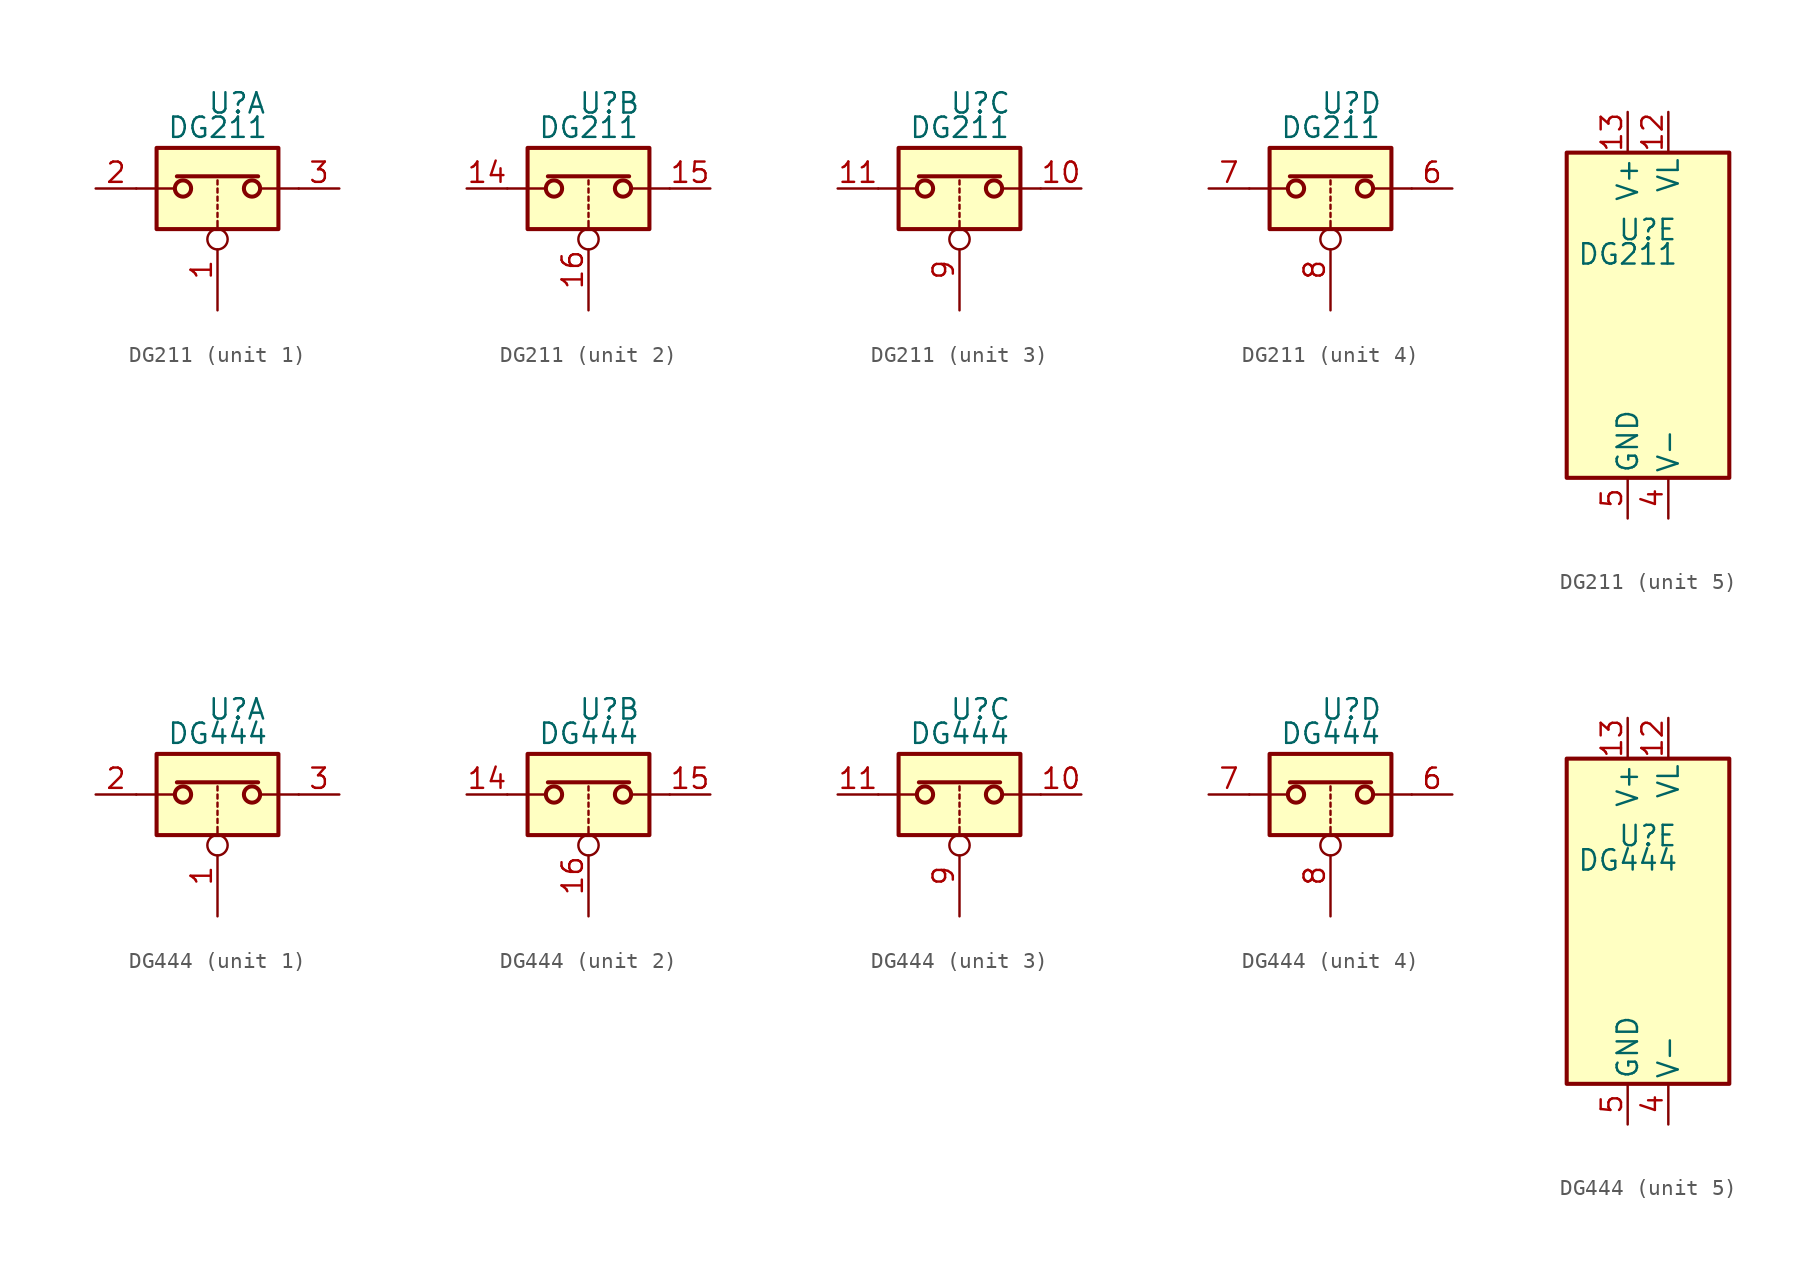
<source format=kicad_sym>
(kicad_symbol_lib
  (version 20211014)
  (generator kicad_symbol_editor)
  (symbol "DG211"
    (pin_names
      (offset 0.254))
    (property "Reference" "U"
      (at -0.635 5.334 0)
      (effects (font (size 1.27 1.27)) (justify left)))
    (property "Value" "DG211"
      (at -3.175 3.81 0)
      (effects (font (size 1.27 1.27)) (justify left)))
    (symbol "DG211_1_1"
      (rectangle (start -3.81 2.54) (end 3.81 -2.54) (stroke (width 0.254) (type default) (color 0 0 0 0)) (fill (type background)))
      (circle (center -2.159 0) (radius 0.508) (stroke (width 0.254) (type default) (color 0 0 0 0)) (fill (type none)))
      (polyline (pts (xy -5.08 0) (xy -2.794 0)) (stroke (width 0) (type default) (color 0 0 0 0)) (fill (type none)))
      (polyline (pts (xy -2.54 0.762) (xy 2.54 0.762)) (stroke (width 0.254) (type default) (color 0 0 0 0)) (fill (type none)))
      (polyline (pts (xy 0 -2.54) (xy 0 -2.032)) (stroke (width 0) (type default) (color 0 0 0 0)) (fill (type none)))
      (polyline (pts (xy 0 -1.778) (xy 0 -1.524)) (stroke (width 0) (type default) (color 0 0 0 0)) (fill (type none)))
      (polyline (pts (xy 0 -1.27) (xy 0 -1.016)) (stroke (width 0) (type default) (color 0 0 0 0)) (fill (type none)))
      (polyline (pts (xy 0 -0.762) (xy 0 -0.508)) (stroke (width 0) (type default) (color 0 0 0 0)) (fill (type none)))
      (polyline (pts (xy 0 -0.254) (xy 0 0)) (stroke (width 0) (type default) (color 0 0 0 0)) (fill (type none)))
      (polyline (pts (xy 0 0.254) (xy 0 0.508)) (stroke (width 0) (type default) (color 0 0 0 0)) (fill (type none)))
      (polyline (pts (xy 5.08 0) (xy 2.794 0)) (stroke (width 0) (type default) (color 0 0 0 0)) (fill (type none)))
      (circle (center 2.159 0) (radius 0.508) (stroke (width 0.254) (type default) (color 0 0 0 0)) (fill (type none)))
      (pin input inverted (at 0 -7.62 90) (length 5.08) (name "~" (effects (font (size 1.27 1.27)))) (number "1" (effects (font (size 1.27 1.27)))))
      (pin passive line (at -7.62 0 0) (length 2.54) (name "~" (effects (font (size 1.27 1.27)))) (number "2" (effects (font (size 1.27 1.27)))))
      (pin passive line (at 7.62 0 180) (length 2.54) (name "~" (effects (font (size 1.27 1.27)))) (number "3" (effects (font (size 1.27 1.27))))))
    (symbol "DG211_2_1"
      (rectangle (start -3.81 2.54) (end 3.81 -2.54) (stroke (width 0.254) (type default) (color 0 0 0 0)) (fill (type background)))
      (circle (center -2.159 0) (radius 0.508) (stroke (width 0.254) (type default) (color 0 0 0 0)) (fill (type none)))
      (polyline (pts (xy -5.08 0) (xy -2.794 0)) (stroke (width 0) (type default) (color 0 0 0 0)) (fill (type none)))
      (polyline (pts (xy -2.54 0.762) (xy 2.54 0.762)) (stroke (width 0.254) (type default) (color 0 0 0 0)) (fill (type none)))
      (polyline (pts (xy 0 -2.54) (xy 0 -2.032)) (stroke (width 0) (type default) (color 0 0 0 0)) (fill (type none)))
      (polyline (pts (xy 0 -1.778) (xy 0 -1.524)) (stroke (width 0) (type default) (color 0 0 0 0)) (fill (type none)))
      (polyline (pts (xy 0 -1.27) (xy 0 -1.016)) (stroke (width 0) (type default) (color 0 0 0 0)) (fill (type none)))
      (polyline (pts (xy 0 -0.762) (xy 0 -0.508)) (stroke (width 0) (type default) (color 0 0 0 0)) (fill (type none)))
      (polyline (pts (xy 0 -0.254) (xy 0 0)) (stroke (width 0) (type default) (color 0 0 0 0)) (fill (type none)))
      (polyline (pts (xy 0 0.254) (xy 0 0.508)) (stroke (width 0) (type default) (color 0 0 0 0)) (fill (type none)))
      (polyline (pts (xy 5.08 0) (xy 2.794 0)) (stroke (width 0) (type default) (color 0 0 0 0)) (fill (type none)))
      (circle (center 2.159 0) (radius 0.508) (stroke (width 0.254) (type default) (color 0 0 0 0)) (fill (type none)))
      (pin passive line (at -7.62 0 0) (length 2.54) (name "~" (effects (font (size 1.27 1.27)))) (number "14" (effects (font (size 1.27 1.27)))))
      (pin passive line (at 7.62 0 180) (length 2.54) (name "~" (effects (font (size 1.27 1.27)))) (number "15" (effects (font (size 1.27 1.27)))))
      (pin input inverted (at 0 -7.62 90) (length 5.08) (name "~" (effects (font (size 1.27 1.27)))) (number "16" (effects (font (size 1.27 1.27))))))
    (symbol "DG211_3_1"
      (rectangle (start -3.81 2.54) (end 3.81 -2.54) (stroke (width 0.254) (type default) (color 0 0 0 0)) (fill (type background)))
      (circle (center -2.159 0) (radius 0.508) (stroke (width 0.254) (type default) (color 0 0 0 0)) (fill (type none)))
      (polyline (pts (xy -5.08 0) (xy -2.794 0)) (stroke (width 0) (type default) (color 0 0 0 0)) (fill (type none)))
      (polyline (pts (xy -2.54 0.762) (xy 2.54 0.762)) (stroke (width 0.254) (type default) (color 0 0 0 0)) (fill (type none)))
      (polyline (pts (xy 0 -2.54) (xy 0 -2.032)) (stroke (width 0) (type default) (color 0 0 0 0)) (fill (type none)))
      (polyline (pts (xy 0 -1.778) (xy 0 -1.524)) (stroke (width 0) (type default) (color 0 0 0 0)) (fill (type none)))
      (polyline (pts (xy 0 -1.27) (xy 0 -1.016)) (stroke (width 0) (type default) (color 0 0 0 0)) (fill (type none)))
      (polyline (pts (xy 0 -0.762) (xy 0 -0.508)) (stroke (width 0) (type default) (color 0 0 0 0)) (fill (type none)))
      (polyline (pts (xy 0 -0.254) (xy 0 0)) (stroke (width 0) (type default) (color 0 0 0 0)) (fill (type none)))
      (polyline (pts (xy 0 0.254) (xy 0 0.508)) (stroke (width 0) (type default) (color 0 0 0 0)) (fill (type none)))
      (polyline (pts (xy 5.08 0) (xy 2.794 0)) (stroke (width 0) (type default) (color 0 0 0 0)) (fill (type none)))
      (circle (center 2.159 0) (radius 0.508) (stroke (width 0.254) (type default) (color 0 0 0 0)) (fill (type none)))
      (pin passive line (at 7.62 0 180) (length 2.54) (name "~" (effects (font (size 1.27 1.27)))) (number "10" (effects (font (size 1.27 1.27)))))
      (pin passive line (at -7.62 0 0) (length 2.54) (name "~" (effects (font (size 1.27 1.27)))) (number "11" (effects (font (size 1.27 1.27)))))
      (pin input inverted (at 0 -7.62 90) (length 5.08) (name "~" (effects (font (size 1.27 1.27)))) (number "9" (effects (font (size 1.27 1.27))))))
    (symbol "DG211_4_1"
      (rectangle (start -3.81 2.54) (end 3.81 -2.54) (stroke (width 0.254) (type default) (color 0 0 0 0)) (fill (type background)))
      (circle (center -2.159 0) (radius 0.508) (stroke (width 0.254) (type default) (color 0 0 0 0)) (fill (type none)))
      (polyline (pts (xy -5.08 0) (xy -2.794 0)) (stroke (width 0) (type default) (color 0 0 0 0)) (fill (type none)))
      (polyline (pts (xy -2.54 0.762) (xy 2.54 0.762)) (stroke (width 0.254) (type default) (color 0 0 0 0)) (fill (type none)))
      (polyline (pts (xy 0 -2.54) (xy 0 -2.032)) (stroke (width 0) (type default) (color 0 0 0 0)) (fill (type none)))
      (polyline (pts (xy 0 -1.778) (xy 0 -1.524)) (stroke (width 0) (type default) (color 0 0 0 0)) (fill (type none)))
      (polyline (pts (xy 0 -1.27) (xy 0 -1.016)) (stroke (width 0) (type default) (color 0 0 0 0)) (fill (type none)))
      (polyline (pts (xy 0 -0.762) (xy 0 -0.508)) (stroke (width 0) (type default) (color 0 0 0 0)) (fill (type none)))
      (polyline (pts (xy 0 -0.254) (xy 0 0)) (stroke (width 0) (type default) (color 0 0 0 0)) (fill (type none)))
      (polyline (pts (xy 0 0.254) (xy 0 0.508)) (stroke (width 0) (type default) (color 0 0 0 0)) (fill (type none)))
      (polyline (pts (xy 5.08 0) (xy 2.794 0)) (stroke (width 0) (type default) (color 0 0 0 0)) (fill (type none)))
      (circle (center 2.159 0) (radius 0.508) (stroke (width 0.254) (type default) (color 0 0 0 0)) (fill (type none)))
      (pin passive line (at 7.62 0 180) (length 2.54) (name "~" (effects (font (size 1.27 1.27)))) (number "6" (effects (font (size 1.27 1.27)))))
      (pin passive line (at -7.62 0 0) (length 2.54) (name "~" (effects (font (size 1.27 1.27)))) (number "7" (effects (font (size 1.27 1.27)))))
      (pin input inverted (at 0 -7.62 90) (length 5.08) (name "~" (effects (font (size 1.27 1.27)))) (number "8" (effects (font (size 1.27 1.27))))))
    (symbol "DG211_5_0"
      (pin no_connect line (at 2.54 10.16 270) (length 2.54) hide (name "NC" (effects (font (size 1.27 1.27)))) (number "12" (effects (font (size 1.27 1.27)))))
      (pin power_in line (at 0 12.7 270) (length 2.54) (name "V+" (effects (font (size 1.27 1.27)))) (number "13" (effects (font (size 1.27 1.27)))))
      (pin power_in line (at 2.54 -12.7 90) (length 2.54) (name "V-" (effects (font (size 1.27 1.27)))) (number "4" (effects (font (size 1.27 1.27)))))
      (pin power_in line (at 0 -12.7 90) (length 2.54) (name "GND" (effects (font (size 1.27 1.27)))) (number "5" (effects (font (size 1.27 1.27))))))
    (symbol "DG211_5_1"
      (rectangle (start -3.81 10.16) (end 6.35 -10.16) (stroke (width 0.254) (type default) (color 0 0 0 0)) (fill (type background)))
      (pin passive line (at 2.54 12.7 270) (length 2.54) (name "VL" (effects (font (size 1.27 1.27)))) (number "12" (effects (font (size 1.27 1.27)))))))
  (symbol "DG444"
    (pin_names
      (offset 0.254))
    (property "Reference" "U"
      (at -0.635 5.334 0)
      (effects (font (size 1.27 1.27)) (justify left)))
    (property "Value" "DG444"
      (at -3.175 3.81 0)
      (effects (font (size 1.27 1.27)) (justify left)))
    (symbol "DG444_1_1"
      (rectangle (start -3.81 2.54) (end 3.81 -2.54) (stroke (width 0.254) (type default) (color 0 0 0 0)) (fill (type background)))
      (circle (center -2.159 0) (radius 0.508) (stroke (width 0.254) (type default) (color 0 0 0 0)) (fill (type none)))
      (polyline (pts (xy -5.08 0) (xy -2.794 0)) (stroke (width 0) (type default) (color 0 0 0 0)) (fill (type none)))
      (polyline (pts (xy -2.54 0.762) (xy 2.54 0.762)) (stroke (width 0.254) (type default) (color 0 0 0 0)) (fill (type none)))
      (polyline (pts (xy 0 -2.54) (xy 0 -2.032)) (stroke (width 0) (type default) (color 0 0 0 0)) (fill (type none)))
      (polyline (pts (xy 0 -1.778) (xy 0 -1.524)) (stroke (width 0) (type default) (color 0 0 0 0)) (fill (type none)))
      (polyline (pts (xy 0 -1.27) (xy 0 -1.016)) (stroke (width 0) (type default) (color 0 0 0 0)) (fill (type none)))
      (polyline (pts (xy 0 -0.762) (xy 0 -0.508)) (stroke (width 0) (type default) (color 0 0 0 0)) (fill (type none)))
      (polyline (pts (xy 0 -0.254) (xy 0 0)) (stroke (width 0) (type default) (color 0 0 0 0)) (fill (type none)))
      (polyline (pts (xy 0 0.254) (xy 0 0.508)) (stroke (width 0) (type default) (color 0 0 0 0)) (fill (type none)))
      (polyline (pts (xy 5.08 0) (xy 2.794 0)) (stroke (width 0) (type default) (color 0 0 0 0)) (fill (type none)))
      (circle (center 2.159 0) (radius 0.508) (stroke (width 0.254) (type default) (color 0 0 0 0)) (fill (type none)))
      (pin input inverted (at 0 -7.62 90) (length 5.08) (name "~" (effects (font (size 1.27 1.27)))) (number "1" (effects (font (size 1.27 1.27)))))
      (pin passive line (at -7.62 0 0) (length 2.54) (name "~" (effects (font (size 1.27 1.27)))) (number "2" (effects (font (size 1.27 1.27)))))
      (pin passive line (at 7.62 0 180) (length 2.54) (name "~" (effects (font (size 1.27 1.27)))) (number "3" (effects (font (size 1.27 1.27))))))
    (symbol "DG444_2_1"
      (rectangle (start -3.81 2.54) (end 3.81 -2.54) (stroke (width 0.254) (type default) (color 0 0 0 0)) (fill (type background)))
      (circle (center -2.159 0) (radius 0.508) (stroke (width 0.254) (type default) (color 0 0 0 0)) (fill (type none)))
      (polyline (pts (xy -5.08 0) (xy -2.794 0)) (stroke (width 0) (type default) (color 0 0 0 0)) (fill (type none)))
      (polyline (pts (xy -2.54 0.762) (xy 2.54 0.762)) (stroke (width 0.254) (type default) (color 0 0 0 0)) (fill (type none)))
      (polyline (pts (xy 0 -2.54) (xy 0 -2.032)) (stroke (width 0) (type default) (color 0 0 0 0)) (fill (type none)))
      (polyline (pts (xy 0 -1.778) (xy 0 -1.524)) (stroke (width 0) (type default) (color 0 0 0 0)) (fill (type none)))
      (polyline (pts (xy 0 -1.27) (xy 0 -1.016)) (stroke (width 0) (type default) (color 0 0 0 0)) (fill (type none)))
      (polyline (pts (xy 0 -0.762) (xy 0 -0.508)) (stroke (width 0) (type default) (color 0 0 0 0)) (fill (type none)))
      (polyline (pts (xy 0 -0.254) (xy 0 0)) (stroke (width 0) (type default) (color 0 0 0 0)) (fill (type none)))
      (polyline (pts (xy 0 0.254) (xy 0 0.508)) (stroke (width 0) (type default) (color 0 0 0 0)) (fill (type none)))
      (polyline (pts (xy 5.08 0) (xy 2.794 0)) (stroke (width 0) (type default) (color 0 0 0 0)) (fill (type none)))
      (circle (center 2.159 0) (radius 0.508) (stroke (width 0.254) (type default) (color 0 0 0 0)) (fill (type none)))
      (pin passive line (at -7.62 0 0) (length 2.54) (name "~" (effects (font (size 1.27 1.27)))) (number "14" (effects (font (size 1.27 1.27)))))
      (pin passive line (at 7.62 0 180) (length 2.54) (name "~" (effects (font (size 1.27 1.27)))) (number "15" (effects (font (size 1.27 1.27)))))
      (pin input inverted (at 0 -7.62 90) (length 5.08) (name "~" (effects (font (size 1.27 1.27)))) (number "16" (effects (font (size 1.27 1.27))))))
    (symbol "DG444_3_1"
      (rectangle (start -3.81 2.54) (end 3.81 -2.54) (stroke (width 0.254) (type default) (color 0 0 0 0)) (fill (type background)))
      (circle (center -2.159 0) (radius 0.508) (stroke (width 0.254) (type default) (color 0 0 0 0)) (fill (type none)))
      (polyline (pts (xy -5.08 0) (xy -2.794 0)) (stroke (width 0) (type default) (color 0 0 0 0)) (fill (type none)))
      (polyline (pts (xy -2.54 0.762) (xy 2.54 0.762)) (stroke (width 0.254) (type default) (color 0 0 0 0)) (fill (type none)))
      (polyline (pts (xy 0 -2.54) (xy 0 -2.032)) (stroke (width 0) (type default) (color 0 0 0 0)) (fill (type none)))
      (polyline (pts (xy 0 -1.778) (xy 0 -1.524)) (stroke (width 0) (type default) (color 0 0 0 0)) (fill (type none)))
      (polyline (pts (xy 0 -1.27) (xy 0 -1.016)) (stroke (width 0) (type default) (color 0 0 0 0)) (fill (type none)))
      (polyline (pts (xy 0 -0.762) (xy 0 -0.508)) (stroke (width 0) (type default) (color 0 0 0 0)) (fill (type none)))
      (polyline (pts (xy 0 -0.254) (xy 0 0)) (stroke (width 0) (type default) (color 0 0 0 0)) (fill (type none)))
      (polyline (pts (xy 0 0.254) (xy 0 0.508)) (stroke (width 0) (type default) (color 0 0 0 0)) (fill (type none)))
      (polyline (pts (xy 5.08 0) (xy 2.794 0)) (stroke (width 0) (type default) (color 0 0 0 0)) (fill (type none)))
      (circle (center 2.159 0) (radius 0.508) (stroke (width 0.254) (type default) (color 0 0 0 0)) (fill (type none)))
      (pin passive line (at 7.62 0 180) (length 2.54) (name "~" (effects (font (size 1.27 1.27)))) (number "10" (effects (font (size 1.27 1.27)))))
      (pin passive line (at -7.62 0 0) (length 2.54) (name "~" (effects (font (size 1.27 1.27)))) (number "11" (effects (font (size 1.27 1.27)))))
      (pin input inverted (at 0 -7.62 90) (length 5.08) (name "~" (effects (font (size 1.27 1.27)))) (number "9" (effects (font (size 1.27 1.27))))))
    (symbol "DG444_4_1"
      (rectangle (start -3.81 2.54) (end 3.81 -2.54) (stroke (width 0.254) (type default) (color 0 0 0 0)) (fill (type background)))
      (circle (center -2.159 0) (radius 0.508) (stroke (width 0.254) (type default) (color 0 0 0 0)) (fill (type none)))
      (polyline (pts (xy -5.08 0) (xy -2.794 0)) (stroke (width 0) (type default) (color 0 0 0 0)) (fill (type none)))
      (polyline (pts (xy -2.54 0.762) (xy 2.54 0.762)) (stroke (width 0.254) (type default) (color 0 0 0 0)) (fill (type none)))
      (polyline (pts (xy 0 -2.54) (xy 0 -2.032)) (stroke (width 0) (type default) (color 0 0 0 0)) (fill (type none)))
      (polyline (pts (xy 0 -1.778) (xy 0 -1.524)) (stroke (width 0) (type default) (color 0 0 0 0)) (fill (type none)))
      (polyline (pts (xy 0 -1.27) (xy 0 -1.016)) (stroke (width 0) (type default) (color 0 0 0 0)) (fill (type none)))
      (polyline (pts (xy 0 -0.762) (xy 0 -0.508)) (stroke (width 0) (type default) (color 0 0 0 0)) (fill (type none)))
      (polyline (pts (xy 0 -0.254) (xy 0 0)) (stroke (width 0) (type default) (color 0 0 0 0)) (fill (type none)))
      (polyline (pts (xy 0 0.254) (xy 0 0.508)) (stroke (width 0) (type default) (color 0 0 0 0)) (fill (type none)))
      (polyline (pts (xy 5.08 0) (xy 2.794 0)) (stroke (width 0) (type default) (color 0 0 0 0)) (fill (type none)))
      (circle (center 2.159 0) (radius 0.508) (stroke (width 0.254) (type default) (color 0 0 0 0)) (fill (type none)))
      (pin passive line (at 7.62 0 180) (length 2.54) (name "~" (effects (font (size 1.27 1.27)))) (number "6" (effects (font (size 1.27 1.27)))))
      (pin passive line (at -7.62 0 0) (length 2.54) (name "~" (effects (font (size 1.27 1.27)))) (number "7" (effects (font (size 1.27 1.27)))))
      (pin input inverted (at 0 -7.62 90) (length 5.08) (name "~" (effects (font (size 1.27 1.27)))) (number "8" (effects (font (size 1.27 1.27))))))
    (symbol "DG444_5_0"
      (pin power_in line (at 0 12.7 270) (length 2.54) (name "V+" (effects (font (size 1.27 1.27)))) (number "13" (effects (font (size 1.27 1.27)))))
      (pin power_in line (at 2.54 -12.7 90) (length 2.54) (name "V-" (effects (font (size 1.27 1.27)))) (number "4" (effects (font (size 1.27 1.27)))))
      (pin power_in line (at 0 -12.7 90) (length 2.54) (name "GND" (effects (font (size 1.27 1.27)))) (number "5" (effects (font (size 1.27 1.27))))))
    (symbol "DG444_5_1"
      (rectangle (start -3.81 10.16) (end 6.35 -10.16) (stroke (width 0.254) (type default) (color 0 0 0 0)) (fill (type background)))
      (pin passive line (at 2.54 12.7 270) (length 2.54) (name "VL" (effects (font (size 1.27 1.27)))) (number "12" (effects (font (size 1.27 1.27))))))))
</source>
